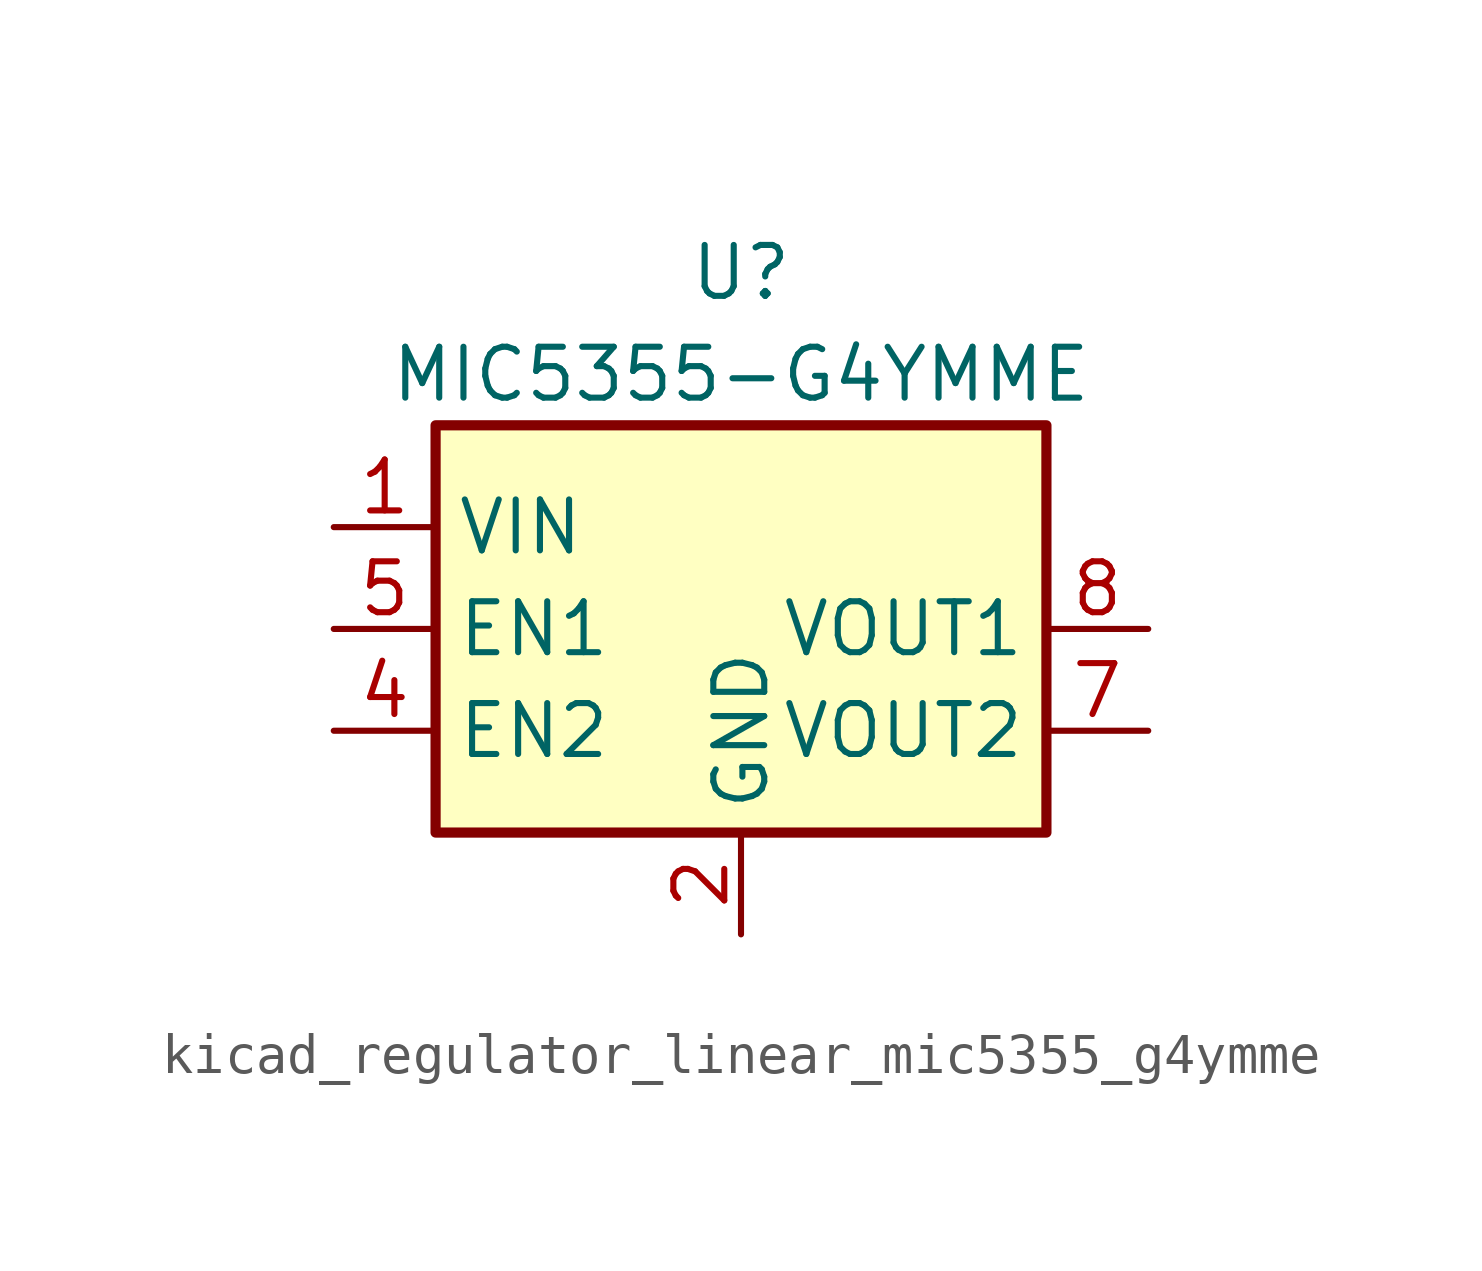
<source format=kicad_sym>
(kicad_symbol_lib
  (version 20220914)
  (generator kicad_symbol_editor)
  (symbol "kicad_regulator_linear_mic5355_g4ymme"
    (property "Reference" "U"
      (at 0 8.89 0)
      (effects (font (size 1.27 1.27))))
    (property "Value" "MIC5355-G4YMME"
      (at 0 6.35 0)
      (effects (font (size 1.27 1.27))))
    (symbol "kicad_regulator_linear_mic5355_g4ymme_0_1"
      (rectangle (start -7.62 5.08) (end 7.62 -5.08) (stroke (width 0.254) (type default)) (fill (type background))))
    (symbol "kicad_regulator_linear_mic5355_g4ymme_1_1"
      (pin power_in line (at -10.16 2.54 0) (length 2.54) (name "VIN" (effects (font (size 1.27 1.27)))) (number "1" (effects (font (size 1.27 1.27)))))
      (pin power_in line (at 0 -7.62 90) (length 2.54) (name "GND" (effects (font (size 1.27 1.27)))) (number "2" (effects (font (size 1.27 1.27)))))
      (pin no_connect line (at 0 5.08 270) (length 2.54) hide (name "NC" (effects (font (size 1.27 1.27)))) (number "3" (effects (font (size 1.27 1.27)))))
      (pin input line (at -10.16 -2.54 0) (length 2.54) (name "EN2" (effects (font (size 1.27 1.27)))) (number "4" (effects (font (size 1.27 1.27)))))
      (pin input line (at -10.16 0 0) (length 2.54) (name "EN1" (effects (font (size 1.27 1.27)))) (number "5" (effects (font (size 1.27 1.27)))))
      (pin no_connect line (at 7.62 2.54 180) (length 2.54) hide (name "NC" (effects (font (size 1.27 1.27)))) (number "6" (effects (font (size 1.27 1.27)))))
      (pin power_out line (at 10.16 -2.54 180) (length 2.54) (name "VOUT2" (effects (font (size 1.27 1.27)))) (number "7" (effects (font (size 1.27 1.27)))))
      (pin power_out line (at 10.16 0 180) (length 2.54) (name "VOUT1" (effects (font (size 1.27 1.27)))) (number "8" (effects (font (size 1.27 1.27)))))
      (pin passive line (at 0 -7.62 90) (length 2.54) hide (name "GND" (effects (font (size 1.27 1.27)))) (number "9" (effects (font (size 1.27 1.27))))))))
</source>
